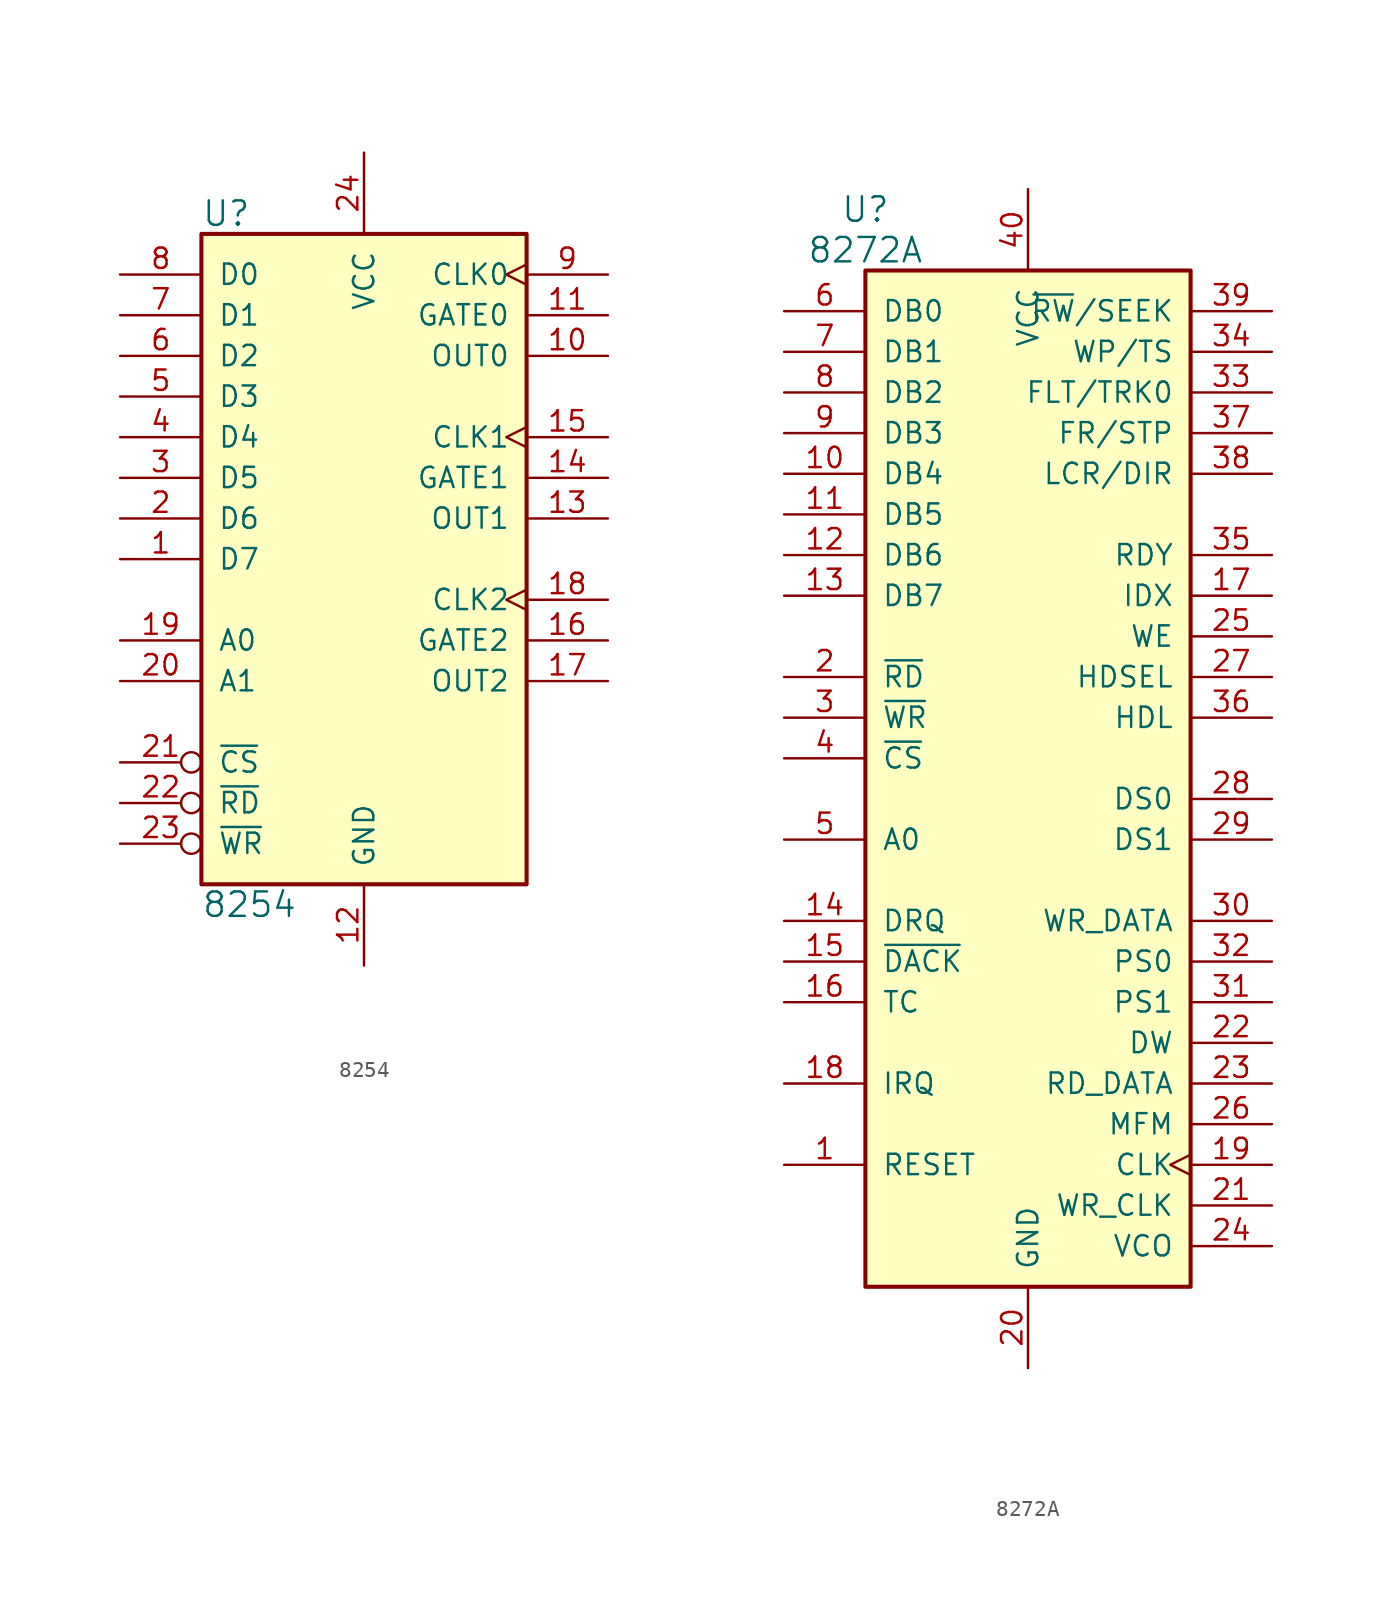
<source format=kicad_sym>
(kicad_symbol_lib
  (version 20211014)
  (generator kicad_symbol_editor)
  (symbol "8254"
    (pin_names
      (offset 1.016))
    (property "Reference" "U"
      (at -10.16 21.59 0)
      (effects (font (size 1.524 1.524)) (justify left)))
    (property "Value" "8254"
      (at -10.16 -21.59 0)
      (effects (font (size 1.524 1.524)) (justify left)))
    (symbol "8254_0_1"
      (rectangle (start 10.16 -20.32) (end -10.16 20.32) (stroke (width 0.254) (type default) (color 0 0 0 0)) (fill (type background))))
    (symbol "8254_1_1"
      (pin bidirectional line (at -15.24 0 0) (length 5.08) (name "D7" (effects (font (size 1.27 1.27)))) (number "1" (effects (font (size 1.27 1.27)))))
      (pin output line (at 15.24 12.7 180) (length 5.08) (name "OUT0" (effects (font (size 1.27 1.27)))) (number "10" (effects (font (size 1.27 1.27)))))
      (pin input line (at 15.24 15.24 180) (length 5.08) (name "GATE0" (effects (font (size 1.27 1.27)))) (number "11" (effects (font (size 1.27 1.27)))))
      (pin power_in line (at 0 -25.4 90) (length 5.08) (name "GND" (effects (font (size 1.27 1.27)))) (number "12" (effects (font (size 1.27 1.27)))))
      (pin output line (at 15.24 2.54 180) (length 5.08) (name "OUT1" (effects (font (size 1.27 1.27)))) (number "13" (effects (font (size 1.27 1.27)))))
      (pin input line (at 15.24 5.08 180) (length 5.08) (name "GATE1" (effects (font (size 1.27 1.27)))) (number "14" (effects (font (size 1.27 1.27)))))
      (pin input clock (at 15.24 7.62 180) (length 5.08) (name "CLK1" (effects (font (size 1.27 1.27)))) (number "15" (effects (font (size 1.27 1.27)))))
      (pin input line (at 15.24 -5.08 180) (length 5.08) (name "GATE2" (effects (font (size 1.27 1.27)))) (number "16" (effects (font (size 1.27 1.27)))))
      (pin output line (at 15.24 -7.62 180) (length 5.08) (name "OUT2" (effects (font (size 1.27 1.27)))) (number "17" (effects (font (size 1.27 1.27)))))
      (pin input clock (at 15.24 -2.54 180) (length 5.08) (name "CLK2" (effects (font (size 1.27 1.27)))) (number "18" (effects (font (size 1.27 1.27)))))
      (pin input line (at -15.24 -5.08 0) (length 5.08) (name "A0" (effects (font (size 1.27 1.27)))) (number "19" (effects (font (size 1.27 1.27)))))
      (pin bidirectional line (at -15.24 2.54 0) (length 5.08) (name "D6" (effects (font (size 1.27 1.27)))) (number "2" (effects (font (size 1.27 1.27)))))
      (pin input line (at -15.24 -7.62 0) (length 5.08) (name "A1" (effects (font (size 1.27 1.27)))) (number "20" (effects (font (size 1.27 1.27)))))
      (pin input inverted (at -15.24 -12.7 0) (length 5.08) (name "~{CS}" (effects (font (size 1.27 1.27)))) (number "21" (effects (font (size 1.27 1.27)))))
      (pin input inverted (at -15.24 -15.24 0) (length 5.08) (name "~{RD}" (effects (font (size 1.27 1.27)))) (number "22" (effects (font (size 1.27 1.27)))))
      (pin input inverted (at -15.24 -17.78 0) (length 5.08) (name "~{WR}" (effects (font (size 1.27 1.27)))) (number "23" (effects (font (size 1.27 1.27)))))
      (pin power_in line (at 0 25.4 270) (length 5.08) (name "VCC" (effects (font (size 1.27 1.27)))) (number "24" (effects (font (size 1.27 1.27)))))
      (pin bidirectional line (at -15.24 5.08 0) (length 5.08) (name "D5" (effects (font (size 1.27 1.27)))) (number "3" (effects (font (size 1.27 1.27)))))
      (pin bidirectional line (at -15.24 7.62 0) (length 5.08) (name "D4" (effects (font (size 1.27 1.27)))) (number "4" (effects (font (size 1.27 1.27)))))
      (pin bidirectional line (at -15.24 10.16 0) (length 5.08) (name "D3" (effects (font (size 1.27 1.27)))) (number "5" (effects (font (size 1.27 1.27)))))
      (pin bidirectional line (at -15.24 12.7 0) (length 5.08) (name "D2" (effects (font (size 1.27 1.27)))) (number "6" (effects (font (size 1.27 1.27)))))
      (pin bidirectional line (at -15.24 15.24 0) (length 5.08) (name "D1" (effects (font (size 1.27 1.27)))) (number "7" (effects (font (size 1.27 1.27)))))
      (pin bidirectional line (at -15.24 17.78 0) (length 5.08) (name "D0" (effects (font (size 1.27 1.27)))) (number "8" (effects (font (size 1.27 1.27)))))
      (pin input clock (at 15.24 17.78 180) (length 5.08) (name "CLK0" (effects (font (size 1.27 1.27)))) (number "9" (effects (font (size 1.27 1.27)))))))
  (symbol "8272A"
    (pin_names
      (offset 1.016))
    (property "Reference" "U"
      (at -10.16 36.83 0)
      (effects (font (size 1.524 1.524))))
    (property "Value" "8272A"
      (at -10.16 34.29 0)
      (effects (font (size 1.524 1.524))))
    (property "Footprint" ""
      (at 0 -10.16 0)
      (effects (font (size 1.524 1.524))))
    (property "Datasheet" ""
      (at 0 -10.16 0)
      (effects (font (size 1.524 1.524))))
    (symbol "8272A_0_1"
      (rectangle (start -10.16 33.02) (end 10.16 -30.48) (stroke (width 0.254) (type default) (color 0 0 0 0)) (fill (type background))))
    (symbol "8272A_1_1"
      (pin input line (at -15.24 -22.86 0) (length 5.08) (name "RESET" (effects (font (size 1.27 1.27)))) (number "1" (effects (font (size 1.27 1.27)))))
      (pin tri_state line (at -15.24 20.32 0) (length 5.08) (name "DB4" (effects (font (size 1.27 1.27)))) (number "10" (effects (font (size 1.27 1.27)))))
      (pin tri_state line (at -15.24 17.78 0) (length 5.08) (name "DB5" (effects (font (size 1.27 1.27)))) (number "11" (effects (font (size 1.27 1.27)))))
      (pin tri_state line (at -15.24 15.24 0) (length 5.08) (name "DB6" (effects (font (size 1.27 1.27)))) (number "12" (effects (font (size 1.27 1.27)))))
      (pin tri_state line (at -15.24 12.7 0) (length 5.08) (name "DB7" (effects (font (size 1.27 1.27)))) (number "13" (effects (font (size 1.27 1.27)))))
      (pin output line (at -15.24 -7.62 0) (length 5.08) (name "DRQ" (effects (font (size 1.27 1.27)))) (number "14" (effects (font (size 1.27 1.27)))))
      (pin input line (at -15.24 -10.16 0) (length 5.08) (name "~{DACK}" (effects (font (size 1.27 1.27)))) (number "15" (effects (font (size 1.27 1.27)))))
      (pin input line (at -15.24 -12.7 0) (length 5.08) (name "TC" (effects (font (size 1.27 1.27)))) (number "16" (effects (font (size 1.27 1.27)))))
      (pin input line (at 15.24 12.7 180) (length 5.08) (name "IDX" (effects (font (size 1.27 1.27)))) (number "17" (effects (font (size 1.27 1.27)))))
      (pin output line (at -15.24 -17.78 0) (length 5.08) (name "IRQ" (effects (font (size 1.27 1.27)))) (number "18" (effects (font (size 1.27 1.27)))))
      (pin input clock (at 15.24 -22.86 180) (length 5.08) (name "CLK" (effects (font (size 1.27 1.27)))) (number "19" (effects (font (size 1.27 1.27)))))
      (pin input line (at -15.24 7.62 0) (length 5.08) (name "~{RD}" (effects (font (size 1.27 1.27)))) (number "2" (effects (font (size 1.27 1.27)))))
      (pin power_in line (at 0 -35.56 90) (length 5.08) (name "GND" (effects (font (size 1.27 1.27)))) (number "20" (effects (font (size 1.27 1.27)))))
      (pin input line (at 15.24 -25.4 180) (length 5.08) (name "WR_CLK" (effects (font (size 1.27 1.27)))) (number "21" (effects (font (size 1.27 1.27)))))
      (pin input line (at 15.24 -15.24 180) (length 5.08) (name "DW" (effects (font (size 1.27 1.27)))) (number "22" (effects (font (size 1.27 1.27)))))
      (pin input line (at 15.24 -17.78 180) (length 5.08) (name "RD_DATA" (effects (font (size 1.27 1.27)))) (number "23" (effects (font (size 1.27 1.27)))))
      (pin output line (at 15.24 -27.94 180) (length 5.08) (name "VCO" (effects (font (size 1.27 1.27)))) (number "24" (effects (font (size 1.27 1.27)))))
      (pin output line (at 15.24 10.16 180) (length 5.08) (name "WE" (effects (font (size 1.27 1.27)))) (number "25" (effects (font (size 1.27 1.27)))))
      (pin output line (at 15.24 -20.32 180) (length 5.08) (name "MFM" (effects (font (size 1.27 1.27)))) (number "26" (effects (font (size 1.27 1.27)))))
      (pin output line (at 15.24 7.62 180) (length 5.08) (name "HDSEL" (effects (font (size 1.27 1.27)))) (number "27" (effects (font (size 1.27 1.27)))))
      (pin output line (at 15.24 0 180) (length 5.08) (name "DS0" (effects (font (size 1.27 1.27)))) (number "28" (effects (font (size 1.27 1.27)))))
      (pin output line (at 15.24 -2.54 180) (length 5.08) (name "DS1" (effects (font (size 1.27 1.27)))) (number "29" (effects (font (size 1.27 1.27)))))
      (pin input line (at -15.24 5.08 0) (length 5.08) (name "~{WR}" (effects (font (size 1.27 1.27)))) (number "3" (effects (font (size 1.27 1.27)))))
      (pin output line (at 15.24 -7.62 180) (length 5.08) (name "WR_DATA" (effects (font (size 1.27 1.27)))) (number "30" (effects (font (size 1.27 1.27)))))
      (pin output line (at 15.24 -12.7 180) (length 5.08) (name "PS1" (effects (font (size 1.27 1.27)))) (number "31" (effects (font (size 1.27 1.27)))))
      (pin output line (at 15.24 -10.16 180) (length 5.08) (name "PS0" (effects (font (size 1.27 1.27)))) (number "32" (effects (font (size 1.27 1.27)))))
      (pin input line (at 15.24 25.4 180) (length 5.08) (name "FLT/TRK0" (effects (font (size 1.27 1.27)))) (number "33" (effects (font (size 1.27 1.27)))))
      (pin input line (at 15.24 27.94 180) (length 5.08) (name "WP/TS" (effects (font (size 1.27 1.27)))) (number "34" (effects (font (size 1.27 1.27)))))
      (pin input line (at 15.24 15.24 180) (length 5.08) (name "RDY" (effects (font (size 1.27 1.27)))) (number "35" (effects (font (size 1.27 1.27)))))
      (pin output line (at 15.24 5.08 180) (length 5.08) (name "HDL" (effects (font (size 1.27 1.27)))) (number "36" (effects (font (size 1.27 1.27)))))
      (pin output line (at 15.24 22.86 180) (length 5.08) (name "FR/STP" (effects (font (size 1.27 1.27)))) (number "37" (effects (font (size 1.27 1.27)))))
      (pin output line (at 15.24 20.32 180) (length 5.08) (name "LCR/DIR" (effects (font (size 1.27 1.27)))) (number "38" (effects (font (size 1.27 1.27)))))
      (pin output line (at 15.24 30.48 180) (length 5.08) (name "~{RW}/SEEK" (effects (font (size 1.27 1.27)))) (number "39" (effects (font (size 1.27 1.27)))))
      (pin input line (at -15.24 2.54 0) (length 5.08) (name "~{CS}" (effects (font (size 1.27 1.27)))) (number "4" (effects (font (size 1.27 1.27)))))
      (pin power_in line (at 0 38.1 270) (length 5.08) (name "VCC" (effects (font (size 1.27 1.27)))) (number "40" (effects (font (size 1.27 1.27)))))
      (pin input line (at -15.24 -2.54 0) (length 5.08) (name "A0" (effects (font (size 1.27 1.27)))) (number "5" (effects (font (size 1.27 1.27)))))
      (pin tri_state line (at -15.24 30.48 0) (length 5.08) (name "DB0" (effects (font (size 1.27 1.27)))) (number "6" (effects (font (size 1.27 1.27)))))
      (pin tri_state line (at -15.24 27.94 0) (length 5.08) (name "DB1" (effects (font (size 1.27 1.27)))) (number "7" (effects (font (size 1.27 1.27)))))
      (pin tri_state line (at -15.24 25.4 0) (length 5.08) (name "DB2" (effects (font (size 1.27 1.27)))) (number "8" (effects (font (size 1.27 1.27)))))
      (pin tri_state line (at -15.24 22.86 0) (length 5.08) (name "DB3" (effects (font (size 1.27 1.27)))) (number "9" (effects (font (size 1.27 1.27))))))))
</source>
